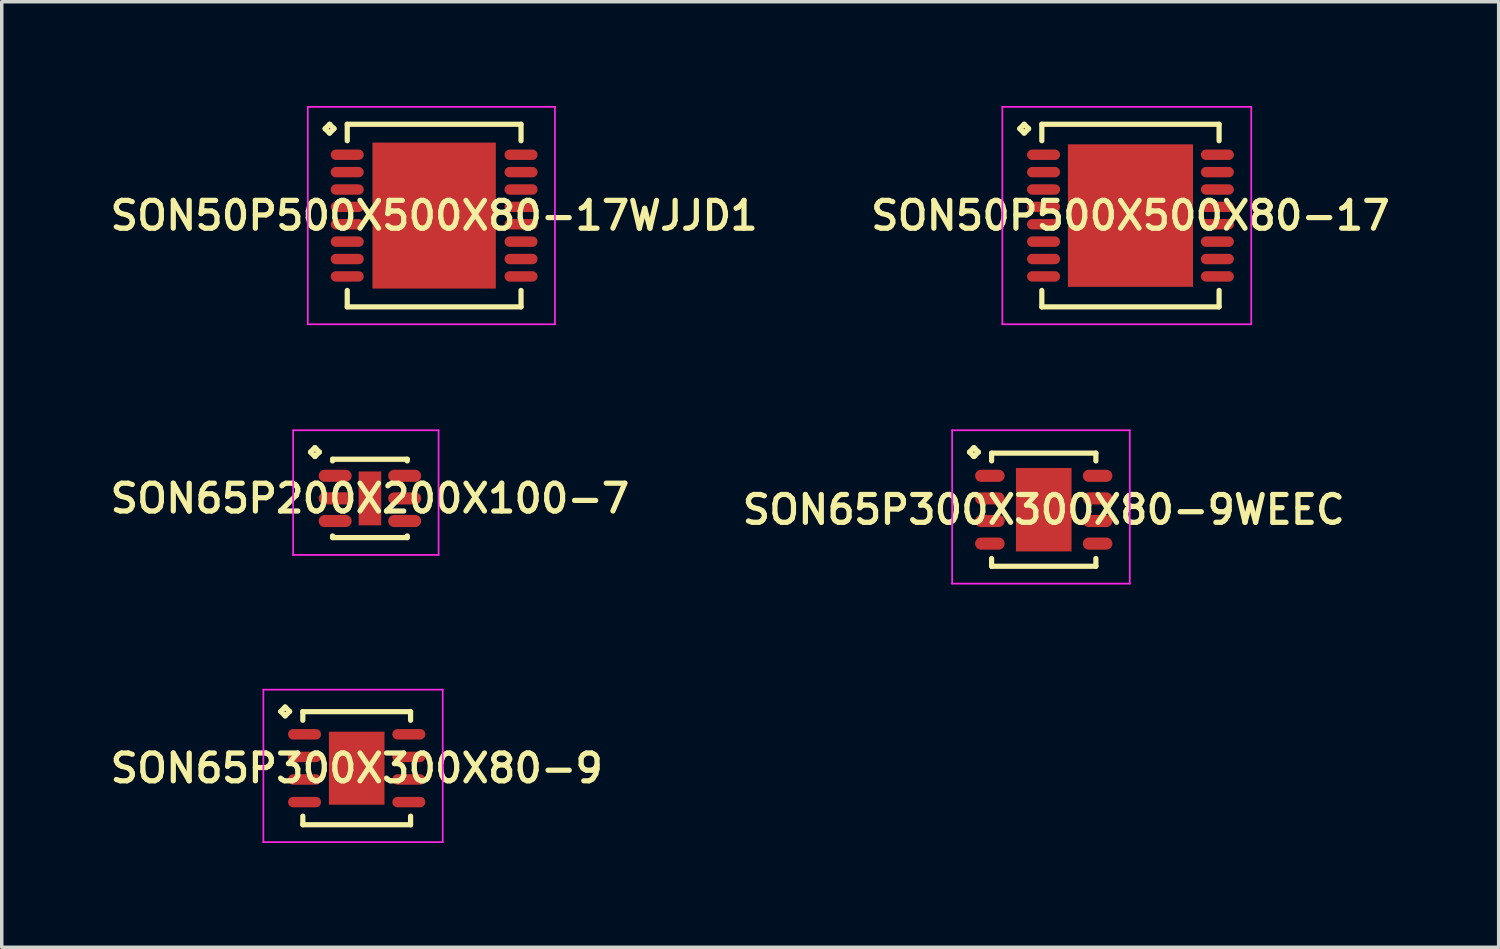
<source format=kicad_pcb>
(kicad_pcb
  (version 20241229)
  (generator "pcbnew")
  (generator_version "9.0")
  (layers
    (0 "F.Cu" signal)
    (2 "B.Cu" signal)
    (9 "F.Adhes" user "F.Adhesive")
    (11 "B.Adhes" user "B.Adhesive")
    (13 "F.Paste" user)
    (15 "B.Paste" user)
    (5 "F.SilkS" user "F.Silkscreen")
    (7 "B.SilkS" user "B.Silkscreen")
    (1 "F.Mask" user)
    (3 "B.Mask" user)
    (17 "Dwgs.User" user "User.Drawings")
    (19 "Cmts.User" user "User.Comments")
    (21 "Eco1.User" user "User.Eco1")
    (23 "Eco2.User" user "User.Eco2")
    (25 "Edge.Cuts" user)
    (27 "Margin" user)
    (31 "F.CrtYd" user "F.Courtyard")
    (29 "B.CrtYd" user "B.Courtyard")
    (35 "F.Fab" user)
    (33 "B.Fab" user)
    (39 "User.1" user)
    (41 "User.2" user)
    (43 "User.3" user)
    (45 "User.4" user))
  (footprint "SON65P300X300X80-9"
    (layer "F.Cu")
    (at 7.212 19.051)
    (property "Reference" "SON65P300X300X80-9" (at 0 0 0) (layer "F.SilkS") (effects (font (size 0.8 0.8) (thickness 0.15))))
    (attr smd)
    (fp_line (start -2.185 -1.633) (end -2.058 -1.76) (stroke (width 0.15) (type solid)) (layer "F.SilkS"))
    (fp_line (start -2.058 -1.76) (end -1.931 -1.633) (stroke (width 0.15) (type solid)) (layer "F.SilkS"))
    (fp_line (start -2.058 -1.506) (end -2.185 -1.633) (stroke (width 0.15) (type solid)) (layer "F.SilkS"))
    (fp_line (start -1.931 -1.633) (end -2.058 -1.506) (stroke (width 0.15) (type solid)) (layer "F.SilkS"))
    (fp_line (start -1.55 -1.627) (end 1.55 -1.627) (stroke (width 0.15) (type solid)) (layer "F.SilkS"))
    (fp_line (start -1.55 -1.379) (end -1.55 -1.627) (stroke (width 0.15) (type solid)) (layer "F.SilkS"))
    (fp_line (start -1.55 1.379) (end -1.55 1.627) (stroke (width 0.15) (type solid)) (layer "F.SilkS"))
    (fp_line (start -1.55 1.627) (end 1.55 1.627) (stroke (width 0.15) (type solid)) (layer "F.SilkS"))
    (fp_line (start 1.55 -1.627) (end 1.55 -1.379) (stroke (width 0.15) (type solid)) (layer "F.SilkS"))
    (fp_line (start 1.55 1.627) (end 1.55 1.379) (stroke (width 0.15) (type solid)) (layer "F.SilkS"))
    (fp_line (start -2.685 -2.26) (end 2.475 -2.26) (stroke (width 0.05) (type solid)) (layer "F.CrtYd"))
    (fp_line (start -2.685 2.127) (end -2.685 -2.26) (stroke (width 0.05) (type solid)) (layer "F.CrtYd"))
    (fp_line (start 2.475 -2.26) (end 2.475 2.127) (stroke (width 0.05) (type solid)) (layer "F.CrtYd"))
    (fp_line (start 2.475 2.127) (end -2.685 2.127) (stroke (width 0.05) (type solid)) (layer "F.CrtYd"))
    (pad "1" smd oval (at -1.5 -0.975) (size 0.95 0.3) (layers "F.Cu" "F.Mask" "F.Paste"))
    (pad "2" smd oval (at -1.5 -0.325) (size 0.95 0.3) (layers "F.Cu" "F.Mask" "F.Paste"))
    (pad "3" smd oval (at -1.5 0.325) (size 0.95 0.3) (layers "F.Cu" "F.Mask" "F.Paste"))
    (pad "4" smd oval (at -1.5 0.975) (size 0.95 0.3) (layers "F.Cu" "F.Mask" "F.Paste"))
    (pad "5" smd oval (at 1.5 0.975) (size 0.95 0.3) (layers "F.Cu" "F.Mask" "F.Paste"))
    (pad "6" smd oval (at 1.5 0.325) (size 0.95 0.3) (layers "F.Cu" "F.Mask" "F.Paste"))
    (pad "7" smd oval (at 1.5 -0.325) (size 0.95 0.3) (layers "F.Cu" "F.Mask" "F.Paste"))
    (pad "8" smd oval (at 1.5 -0.975) (size 0.95 0.3) (layers "F.Cu" "F.Mask" "F.Paste"))
    (pad "9" smd rect (at 0 0) (size 1.6 2.1) (layers "F.Cu" "F.Mask" "F.Paste")))
  (footprint "SON50P500X500X80-17WJJD1"
    (layer "F.Cu")
    (at 9.44 3.152)
    (property "Reference" "SON50P500X500X80-17WJJD1" (at 0 0 0) (layer "F.SilkS") (effects (font (size 0.8 0.8) (thickness 0.15))))
    (attr smd)
    (fp_line (start -3.135 -2.5) (end -3.008 -2.627) (stroke (width 0.15) (type solid)) (layer "F.SilkS"))
    (fp_line (start -3.008 -2.627) (end -2.881 -2.5) (stroke (width 0.15) (type solid)) (layer "F.SilkS"))
    (fp_line (start -3.008 -2.373) (end -3.135 -2.5) (stroke (width 0.15) (type solid)) (layer "F.SilkS"))
    (fp_line (start -2.881 -2.5) (end -3.008 -2.373) (stroke (width 0.15) (type solid)) (layer "F.SilkS"))
    (fp_line (start -2.5 -2.627) (end 2.5 -2.627) (stroke (width 0.15) (type solid)) (layer "F.SilkS"))
    (fp_line (start -2.5 -2.154) (end -2.5 -2.627) (stroke (width 0.15) (type solid)) (layer "F.SilkS"))
    (fp_line (start -2.5 2.154) (end -2.5 2.627) (stroke (width 0.15) (type solid)) (layer "F.SilkS"))
    (fp_line (start -2.5 2.627) (end 2.5 2.627) (stroke (width 0.15) (type solid)) (layer "F.SilkS"))
    (fp_line (start 2.5 -2.627) (end 2.5 -2.154) (stroke (width 0.15) (type solid)) (layer "F.SilkS"))
    (fp_line (start 2.5 2.627) (end 2.5 2.154) (stroke (width 0.15) (type solid)) (layer "F.SilkS"))
    (fp_line (start -3.635 -3.127) (end 3.475 -3.127) (stroke (width 0.05) (type solid)) (layer "F.CrtYd"))
    (fp_line (start -3.635 3.127) (end -3.635 -3.127) (stroke (width 0.05) (type solid)) (layer "F.CrtYd"))
    (fp_line (start 3.475 -3.127) (end 3.475 3.127) (stroke (width 0.05) (type solid)) (layer "F.CrtYd"))
    (fp_line (start 3.475 3.127) (end -3.635 3.127) (stroke (width 0.05) (type solid)) (layer "F.CrtYd"))
    (pad "1" smd oval (at -2.5 -1.75) (size 0.95 0.3) (layers "F.Cu" "F.Mask" "F.Paste"))
    (pad "2" smd oval (at -2.5 -1.25) (size 0.95 0.3) (layers "F.Cu" "F.Mask" "F.Paste"))
    (pad "3" smd oval (at -2.5 -0.75) (size 0.95 0.3) (layers "F.Cu" "F.Mask" "F.Paste"))
    (pad "4" smd oval (at -2.5 -0.25) (size 0.95 0.3) (layers "F.Cu" "F.Mask" "F.Paste"))
    (pad "5" smd oval (at -2.5 0.25) (size 0.95 0.3) (layers "F.Cu" "F.Mask" "F.Paste"))
    (pad "6" smd oval (at -2.5 0.75) (size 0.95 0.3) (layers "F.Cu" "F.Mask" "F.Paste"))
    (pad "7" smd oval (at -2.5 1.25) (size 0.95 0.3) (layers "F.Cu" "F.Mask" "F.Paste"))
    (pad "8" smd oval (at -2.5 1.75) (size 0.95 0.3) (layers "F.Cu" "F.Mask" "F.Paste"))
    (pad "9" smd oval (at 2.5 1.75) (size 0.95 0.3) (layers "F.Cu" "F.Mask" "F.Paste"))
    (pad "10" smd oval (at 2.5 1.25) (size 0.95 0.3) (layers "F.Cu" "F.Mask" "F.Paste"))
    (pad "11" smd oval (at 2.5 0.75) (size 0.95 0.3) (layers "F.Cu" "F.Mask" "F.Paste"))
    (pad "12" smd oval (at 2.5 0.25) (size 0.95 0.3) (layers "F.Cu" "F.Mask" "F.Paste"))
    (pad "13" smd oval (at 2.5 -0.25) (size 0.95 0.3) (layers "F.Cu" "F.Mask" "F.Paste"))
    (pad "14" smd oval (at 2.5 -0.75) (size 0.95 0.3) (layers "F.Cu" "F.Mask" "F.Paste"))
    (pad "15" smd oval (at 2.5 -1.25) (size 0.95 0.3) (layers "F.Cu" "F.Mask" "F.Paste"))
    (pad "16" smd oval (at 2.5 -1.75) (size 0.95 0.3) (layers "F.Cu" "F.Mask" "F.Paste"))
    (pad "17" smd rect (at 0 0) (size 3.55 4.2) (layers "F.Cu" "F.Mask" "F.Paste")))
  (footprint "SON65P200X200X100-7"
    (layer "F.Cu")
    (at 7.593 11.289)
    (property "Reference" "SON65P200X200X100-7" (at 0 0 0) (layer "F.SilkS") (effects (font (size 0.8 0.8) (thickness 0.15))))
    (attr smd)
    (fp_line (start -1.71 -1.333) (end -1.583 -1.46) (stroke (width 0.15) (type solid)) (layer "F.SilkS"))
    (fp_line (start -1.583 -1.46) (end -1.456 -1.333) (stroke (width 0.15) (type solid)) (layer "F.SilkS"))
    (fp_line (start -1.583 -1.206) (end -1.71 -1.333) (stroke (width 0.15) (type solid)) (layer "F.SilkS"))
    (fp_line (start -1.456 -1.333) (end -1.583 -1.206) (stroke (width 0.15) (type solid)) (layer "F.SilkS"))
    (fp_line (start -1.075 -1.127) (end 1.075 -1.127) (stroke (width 0.15) (type solid)) (layer "F.SilkS"))
    (fp_line (start -1.075 -1.079) (end -1.075 -1.127) (stroke (width 0.15) (type solid)) (layer "F.SilkS"))
    (fp_line (start -1.075 1.079) (end -1.075 1.127) (stroke (width 0.15) (type solid)) (layer "F.SilkS"))
    (fp_line (start -1.075 1.127) (end 1.075 1.127) (stroke (width 0.15) (type solid)) (layer "F.SilkS"))
    (fp_line (start 1.075 -1.127) (end 1.075 -1.079) (stroke (width 0.15) (type solid)) (layer "F.SilkS"))
    (fp_line (start 1.075 1.127) (end 1.075 1.079) (stroke (width 0.15) (type solid)) (layer "F.SilkS"))
    (fp_line (start -2.21 -1.96) (end 1.975 -1.96) (stroke (width 0.05) (type solid)) (layer "F.CrtYd"))
    (fp_line (start -2.21 1.627) (end -2.21 -1.96) (stroke (width 0.05) (type solid)) (layer "F.CrtYd"))
    (fp_line (start 1.975 -1.96) (end 1.975 1.627) (stroke (width 0.05) (type solid)) (layer "F.CrtYd"))
    (fp_line (start 1.975 1.627) (end -2.21 1.627) (stroke (width 0.05) (type solid)) (layer "F.CrtYd"))
    (pad "1" smd oval (at -1 -0.65) (size 0.95 0.35) (layers "F.Cu" "F.Mask" "F.Paste"))
    (pad "2" smd oval (at -1 0) (size 0.95 0.35) (layers "F.Cu" "F.Mask" "F.Paste"))
    (pad "3" smd oval (at -1 0.65) (size 0.95 0.35) (layers "F.Cu" "F.Mask" "F.Paste"))
    (pad "4" smd oval (at 1 0.65) (size 0.95 0.35) (layers "F.Cu" "F.Mask" "F.Paste"))
    (pad "5" smd oval (at 1 0) (size 0.95 0.35) (layers "F.Cu" "F.Mask" "F.Paste"))
    (pad "6" smd oval (at 1 -0.65) (size 0.95 0.35) (layers "F.Cu" "F.Mask" "F.Paste"))
    (pad "7" smd rect (at 0 0) (size 0.65 1.55) (layers "F.Cu" "F.Mask" "F.Paste")))
  (footprint "SON65P300X300X80-9WEEC"
    (layer "F.Cu")
    (at 26.978 11.614)
    (property "Reference" "SON65P300X300X80-9WEEC" (at 0 0 0) (layer "F.SilkS") (effects (font (size 0.8 0.8) (thickness 0.15))))
    (attr smd)
    (fp_line (start -2.135 -1.658) (end -2.008 -1.785) (stroke (width 0.15) (type solid)) (layer "F.SilkS"))
    (fp_line (start -2.008 -1.785) (end -1.881 -1.658) (stroke (width 0.15) (type solid)) (layer "F.SilkS"))
    (fp_line (start -2.008 -1.531) (end -2.135 -1.658) (stroke (width 0.15) (type solid)) (layer "F.SilkS"))
    (fp_line (start -1.881 -1.658) (end -2.008 -1.531) (stroke (width 0.15) (type solid)) (layer "F.SilkS"))
    (fp_line (start -1.5 -1.627) (end 1.5 -1.627) (stroke (width 0.15) (type solid)) (layer "F.SilkS"))
    (fp_line (start -1.5 -1.404) (end -1.5 -1.627) (stroke (width 0.15) (type solid)) (layer "F.SilkS"))
    (fp_line (start -1.5 1.404) (end -1.5 1.627) (stroke (width 0.15) (type solid)) (layer "F.SilkS"))
    (fp_line (start -1.5 1.627) (end 1.5 1.627) (stroke (width 0.15) (type solid)) (layer "F.SilkS"))
    (fp_line (start 1.5 -1.627) (end 1.5 -1.404) (stroke (width 0.15) (type solid)) (layer "F.SilkS"))
    (fp_line (start 1.5 1.627) (end 1.5 1.404) (stroke (width 0.15) (type solid)) (layer "F.SilkS"))
    (fp_line (start -2.635 -2.285) (end 2.475 -2.285) (stroke (width 0.05) (type solid)) (layer "F.CrtYd"))
    (fp_line (start -2.635 2.127) (end -2.635 -2.285) (stroke (width 0.05) (type solid)) (layer "F.CrtYd"))
    (fp_line (start 2.475 -2.285) (end 2.475 2.127) (stroke (width 0.05) (type solid)) (layer "F.CrtYd"))
    (fp_line (start 2.475 2.127) (end -2.635 2.127) (stroke (width 0.05) (type solid)) (layer "F.CrtYd"))
    (pad "1" smd oval (at -1.55 -0.975) (size 0.85 0.35) (layers "F.Cu" "F.Mask" "F.Paste"))
    (pad "2" smd oval (at -1.55 -0.325) (size 0.85 0.35) (layers "F.Cu" "F.Mask" "F.Paste"))
    (pad "3" smd oval (at -1.55 0.325) (size 0.85 0.35) (layers "F.Cu" "F.Mask" "F.Paste"))
    (pad "4" smd oval (at -1.55 0.975) (size 0.85 0.35) (layers "F.Cu" "F.Mask" "F.Paste"))
    (pad "5" smd oval (at 1.55 0.975) (size 0.85 0.35) (layers "F.Cu" "F.Mask" "F.Paste"))
    (pad "6" smd oval (at 1.55 0.325) (size 0.85 0.35) (layers "F.Cu" "F.Mask" "F.Paste"))
    (pad "7" smd oval (at 1.55 -0.325) (size 0.85 0.35) (layers "F.Cu" "F.Mask" "F.Paste"))
    (pad "8" smd oval (at 1.55 -0.975) (size 0.85 0.35) (layers "F.Cu" "F.Mask" "F.Paste"))
    (pad "9" smd rect (at 0 0) (size 1.6 2.4) (layers "F.Cu" "F.Mask" "F.Paste")))
  (footprint "SON50P500X500X80-17"
    (layer "F.Cu")
    (at 29.473 3.152)
    (property "Reference" "SON50P500X500X80-17" (at 0 0 0) (layer "F.SilkS") (effects (font (size 0.8 0.8) (thickness 0.15))))
    (attr smd)
    (fp_line (start -3.185 -2.5) (end -3.058 -2.627) (stroke (width 0.15) (type solid)) (layer "F.SilkS"))
    (fp_line (start -3.058 -2.627) (end -2.931 -2.5) (stroke (width 0.15) (type solid)) (layer "F.SilkS"))
    (fp_line (start -3.058 -2.373) (end -3.185 -2.5) (stroke (width 0.15) (type solid)) (layer "F.SilkS"))
    (fp_line (start -2.931 -2.5) (end -3.058 -2.373) (stroke (width 0.15) (type solid)) (layer "F.SilkS"))
    (fp_line (start -2.55 -2.627) (end 2.55 -2.627) (stroke (width 0.15) (type solid)) (layer "F.SilkS"))
    (fp_line (start -2.55 -2.154) (end -2.55 -2.627) (stroke (width 0.15) (type solid)) (layer "F.SilkS"))
    (fp_line (start -2.55 2.154) (end -2.55 2.627) (stroke (width 0.15) (type solid)) (layer "F.SilkS"))
    (fp_line (start -2.55 2.627) (end 2.55 2.627) (stroke (width 0.15) (type solid)) (layer "F.SilkS"))
    (fp_line (start 2.55 -2.627) (end 2.55 -2.154) (stroke (width 0.15) (type solid)) (layer "F.SilkS"))
    (fp_line (start 2.55 2.627) (end 2.55 2.154) (stroke (width 0.15) (type solid)) (layer "F.SilkS"))
    (fp_line (start -3.685 -3.127) (end 3.475 -3.127) (stroke (width 0.05) (type solid)) (layer "F.CrtYd"))
    (fp_line (start -3.685 3.127) (end -3.685 -3.127) (stroke (width 0.05) (type solid)) (layer "F.CrtYd"))
    (fp_line (start 3.475 -3.127) (end 3.475 3.127) (stroke (width 0.05) (type solid)) (layer "F.CrtYd"))
    (fp_line (start 3.475 3.127) (end -3.685 3.127) (stroke (width 0.05) (type solid)) (layer "F.CrtYd"))
    (pad "1" smd oval (at -2.5 -1.75) (size 0.95 0.3) (layers "F.Cu" "F.Mask" "F.Paste"))
    (pad "2" smd oval (at -2.5 -1.25) (size 0.95 0.3) (layers "F.Cu" "F.Mask" "F.Paste"))
    (pad "3" smd oval (at -2.5 -0.75) (size 0.95 0.3) (layers "F.Cu" "F.Mask" "F.Paste"))
    (pad "4" smd oval (at -2.5 -0.25) (size 0.95 0.3) (layers "F.Cu" "F.Mask" "F.Paste"))
    (pad "5" smd oval (at -2.5 0.25) (size 0.95 0.3) (layers "F.Cu" "F.Mask" "F.Paste"))
    (pad "6" smd oval (at -2.5 0.75) (size 0.95 0.3) (layers "F.Cu" "F.Mask" "F.Paste"))
    (pad "7" smd oval (at -2.5 1.25) (size 0.95 0.3) (layers "F.Cu" "F.Mask" "F.Paste"))
    (pad "8" smd oval (at -2.5 1.75) (size 0.95 0.3) (layers "F.Cu" "F.Mask" "F.Paste"))
    (pad "9" smd oval (at 2.5 1.75) (size 0.95 0.3) (layers "F.Cu" "F.Mask" "F.Paste"))
    (pad "10" smd oval (at 2.5 1.25) (size 0.95 0.3) (layers "F.Cu" "F.Mask" "F.Paste"))
    (pad "11" smd oval (at 2.5 0.75) (size 0.95 0.3) (layers "F.Cu" "F.Mask" "F.Paste"))
    (pad "12" smd oval (at 2.5 0.25) (size 0.95 0.3) (layers "F.Cu" "F.Mask" "F.Paste"))
    (pad "13" smd oval (at 2.5 -0.25) (size 0.95 0.3) (layers "F.Cu" "F.Mask" "F.Paste"))
    (pad "14" smd oval (at 2.5 -0.75) (size 0.95 0.3) (layers "F.Cu" "F.Mask" "F.Paste"))
    (pad "15" smd oval (at 2.5 -1.25) (size 0.95 0.3) (layers "F.Cu" "F.Mask" "F.Paste"))
    (pad "16" smd oval (at 2.5 -1.75) (size 0.95 0.3) (layers "F.Cu" "F.Mask" "F.Paste"))
    (pad "17" smd rect (at 0 0) (size 3.6 4.1) (layers "F.Cu" "F.Mask" "F.Paste")))
  (gr_rect
    (start -3 -3)
    (end 40.066 24.203)
    (stroke (width 0.1) (type default))
    (fill no)
    (layer "Edge.Cuts")))
</source>
